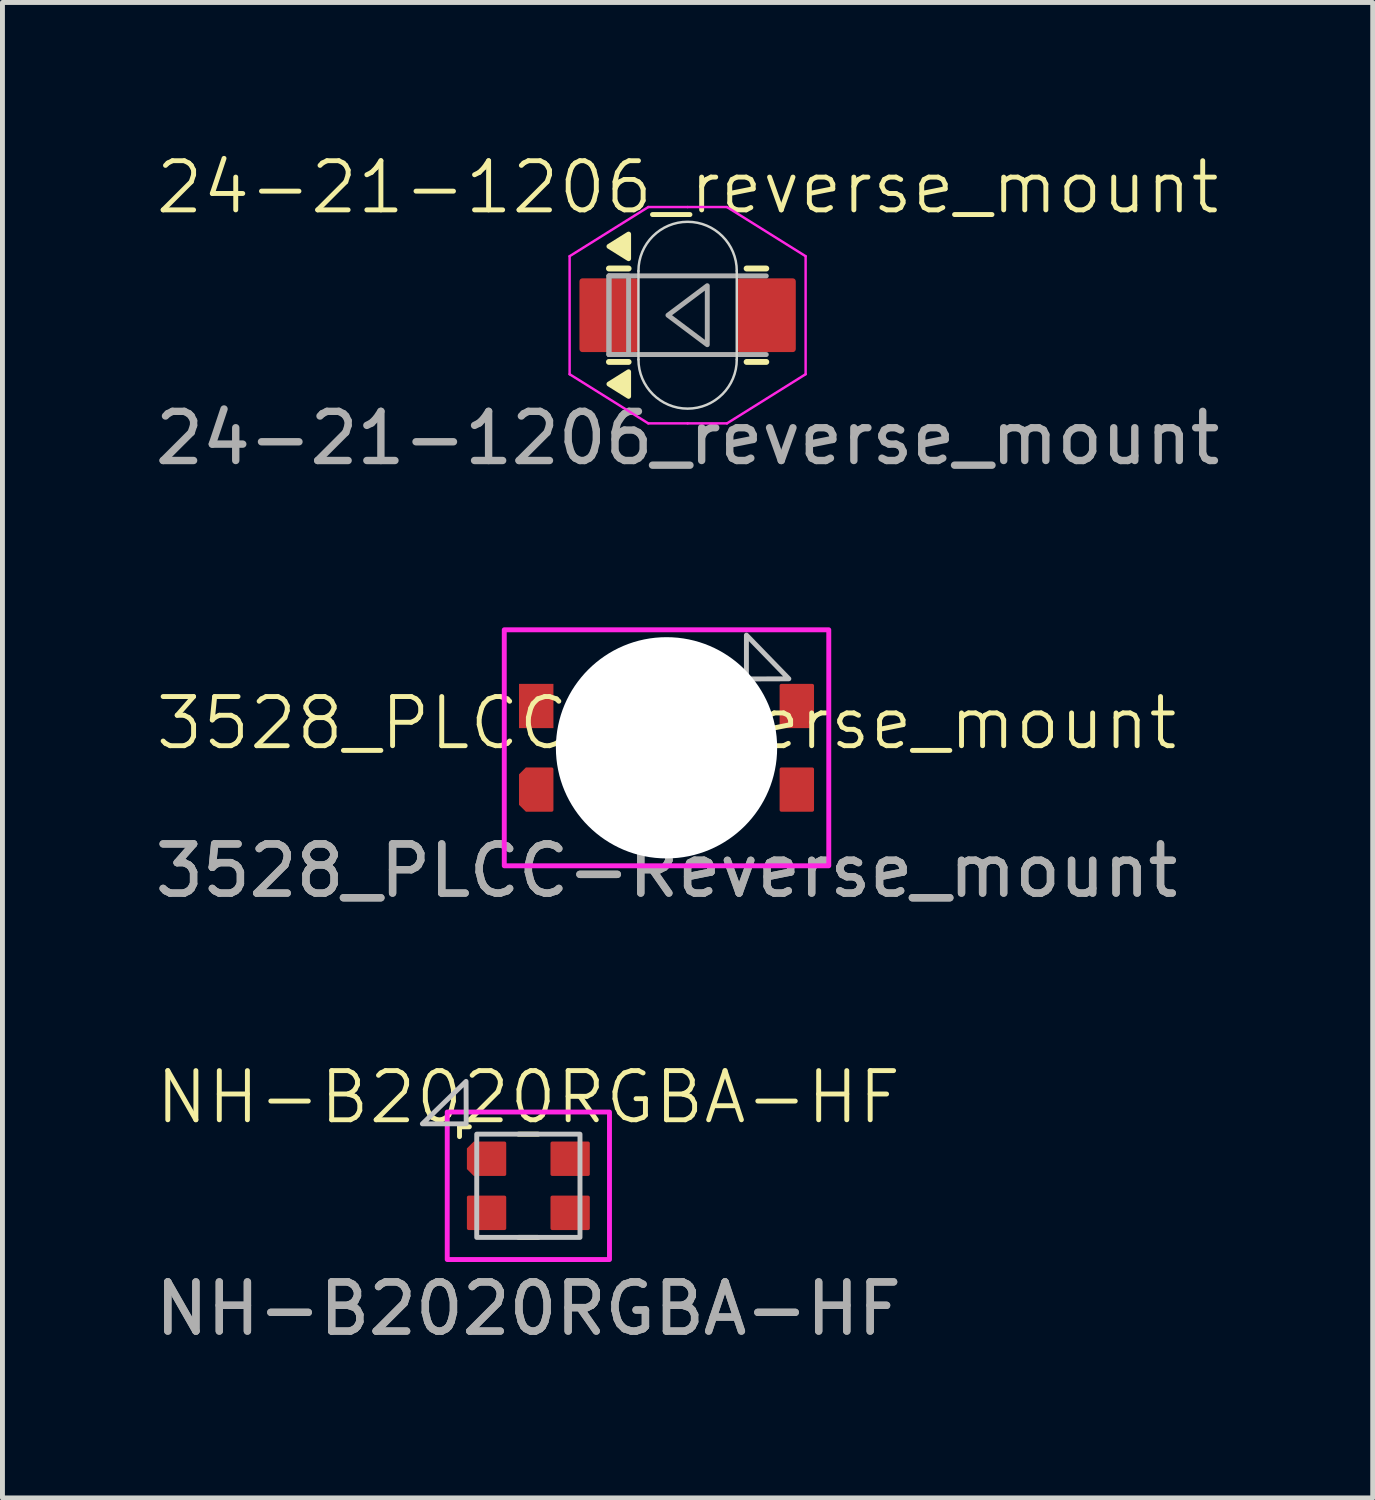
<source format=kicad_pcb>
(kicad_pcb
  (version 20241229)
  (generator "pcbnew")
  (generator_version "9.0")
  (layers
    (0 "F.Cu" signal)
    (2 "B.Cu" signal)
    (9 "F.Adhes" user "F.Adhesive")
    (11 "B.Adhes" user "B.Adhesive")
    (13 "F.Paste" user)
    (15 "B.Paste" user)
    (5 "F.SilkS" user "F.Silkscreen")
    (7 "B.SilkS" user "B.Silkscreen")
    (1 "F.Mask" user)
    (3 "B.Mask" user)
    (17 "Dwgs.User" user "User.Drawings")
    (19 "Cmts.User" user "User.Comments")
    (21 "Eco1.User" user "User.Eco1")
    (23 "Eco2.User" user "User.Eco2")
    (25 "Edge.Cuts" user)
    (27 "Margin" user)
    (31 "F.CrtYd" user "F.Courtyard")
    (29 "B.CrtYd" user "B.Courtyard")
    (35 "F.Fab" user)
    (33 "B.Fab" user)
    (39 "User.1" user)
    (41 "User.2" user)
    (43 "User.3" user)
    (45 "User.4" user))
  (footprint "3528_PLCC-Reverse_mount"
    (layer "F.Cu")
    (at 10.506 12.159)
    (property "Reference" "3528_PLCC-Reverse_mount" (at 0 -0.5 0) (unlocked yes) (layer "F.SilkS") (effects (font (size 1 1) (thickness 0.1))))
    (attr smd)
    (fp_rect (start 1.625 1.4) (end -1.625 -1.4) (stroke (width 0.1) (type default)) (fill no) (layer "Dwgs.User"))
    (fp_poly (pts (xy 1.625 -1.4) (xy 2.488 -1.403) (xy 1.625 -2.292)) (stroke (width 0.1) (type solid)) (fill no) (layer "Dwgs.User"))
    (fp_rect (start 3.3 2.4) (end -3.3 -2.4) (stroke (width 0.1) (type default)) (fill no) (layer "F.CrtYd"))
    (fp_text user "${REFERENCE}" (at 0 2.5 0) (unlocked yes) (layer "F.Fab") (effects (font (size 1 1) (thickness 0.15))))
    (fp_text user "${REFERENCE}" (at 0 2.5 0) (unlocked yes) (layer "F.Fab") (effects (font (size 1 1) (thickness 0.15))))
    (pad "" np_thru_hole circle (at 0 0 180) (size 4.5 4.5) (drill 4.5) (layers "*.Cu" "*.Mask"))
    (pad "1" smd roundrect (at -2.65 0.85 180) (size 0.7 0.9) (layers "F.Cu" "F.Mask" "F.Paste") (roundrect_rratio 0.05) (chamfer_ratio 0.2) (chamfer top_right bottom_right))
    (pad "2" smd roundrect (at 2.65 0.85 180) (size 0.7 0.9) (layers "F.Cu" "F.Mask" "F.Paste") (roundrect_rratio 0.05))
    (pad "3" smd roundrect (at 2.65 -0.85 180) (size 0.7 0.9) (layers "F.Cu" "F.Mask" "F.Paste") (roundrect_rratio 0.05))
    (pad "4" smd rect (at -2.65 -0.85) (size 0.7 0.9) (layers "F.Cu" "F.Mask" "F.Paste")))
  (footprint "24-21-1206_reverse_mount"
    (layer "F.Cu")
    (at 10.935 3.361)
    (property "Reference" "24-21-1206_reverse_mount" (at 0 -2.6 0) (unlocked yes) (layer "F.SilkS") (effects (font (size 1 1) (thickness 0.1))))
    (attr smd)
    (fp_line (start -1.6 -0.95) (end -1.2 -0.95) (stroke (width 0.12) (type solid)) (layer "F.SilkS"))
    (fp_line (start -1.6 0.95) (end -1.2 0.95) (stroke (width 0.12) (type solid)) (layer "F.SilkS"))
    (fp_line (start 1.2 -0.95) (end 1.6 -0.95) (stroke (width 0.12) (type solid)) (layer "F.SilkS"))
    (fp_line (start 1.2 0.95) (end 1.6 0.95) (stroke (width 0.12) (type solid)) (layer "F.SilkS"))
    (fp_poly (pts (xy -1.2 -1.65) (xy -1.2 -1.15) (xy -1.6 -1.4)) (stroke (width 0.1) (type solid)) (fill yes) (layer "F.SilkS"))
    (fp_poly (pts (xy -1.2 1.15) (xy -1.2 1.65) (xy -1.6 1.4)) (stroke (width 0.1) (type solid)) (fill yes) (layer "F.SilkS"))
    (fp_line (start -1 -0.9) (end -1 0.9) (stroke (width 0.05) (type default)) (layer "Edge.Cuts"))
    (fp_line (start 1 0.9) (end 1 -0.9) (stroke (width 0.05) (type default)) (layer "Edge.Cuts"))
    (fp_arc (start -1 -0.9) (mid 0 -1.9) (end 1 -0.9) (stroke (width 0.05) (type default)) (layer "Edge.Cuts"))
    (fp_arc (start 1 0.9) (mid 0 1.9) (end -1 0.9) (stroke (width 0.05) (type default)) (layer "Edge.Cuts"))
    (fp_line (start -2.4 -1.2) (end -0.8 -2.2) (stroke (width 0.05) (type default)) (layer "F.CrtYd"))
    (fp_line (start -2.4 1.2) (end -2.4 -1.2) (stroke (width 0.05) (type default)) (layer "F.CrtYd"))
    (fp_line (start -0.8 2.2) (end -2.4 1.2) (stroke (width 0.05) (type default)) (layer "F.CrtYd"))
    (fp_line (start 0 -2.2) (end -0.8 -2.2) (stroke (width 0.05) (type default)) (layer "F.CrtYd"))
    (fp_line (start 0 -2.2) (end 0.8 -2.2) (stroke (width 0.05) (type default)) (layer "F.CrtYd"))
    (fp_line (start 0 2.2) (end -0.8 2.2) (stroke (width 0.05) (type default)) (layer "F.CrtYd"))
    (fp_line (start 0 2.2) (end 0.8 2.2) (stroke (width 0.05) (type default)) (layer "F.CrtYd"))
    (fp_line (start 0.8 -2.2) (end 2.4 -1.2) (stroke (width 0.05) (type default)) (layer "F.CrtYd"))
    (fp_line (start 2.4 -1.2) (end 2.4 1.2) (stroke (width 0.05) (type default)) (layer "F.CrtYd"))
    (fp_line (start 2.4 1.2) (end 0.8 2.2) (stroke (width 0.05) (type default)) (layer "F.CrtYd"))
    (fp_line (start -1.6 0.8) (end -1.6 -0.8) (stroke (width 0.1) (type solid)) (layer "F.Fab"))
    (fp_line (start -1.6 0.8) (end 1.6 0.8) (stroke (width 0.1) (type solid)) (layer "F.Fab"))
    (fp_line (start 1.6 -0.8) (end -1.6 -0.8) (stroke (width 0.1) (type solid)) (layer "F.Fab"))
    (fp_rect (start -1.6 -0.8) (end -1.2 0.8) (stroke (width 0.1) (type default)) (fill no) (layer "F.Fab"))
    (fp_poly (pts (xy 0.4 -0.6) (xy 0.4 0.6) (xy -0.4 0)) (stroke (width 0.1) (type solid)) (fill no) (layer "F.Fab"))
    (fp_text user "${REFERENCE}" (at 0 2.5 0) (unlocked yes) (layer "F.Fab") (effects (font (size 1 1) (thickness 0.15))))
    (pad "A" smd roundrect (at 1.6 0) (size 1.2 1.5) (layers "F.Cu" "F.Mask" "F.Paste") (roundrect_rratio 0.05))
    (pad "C" smd roundrect (at -1.6 0) (size 1.2 1.5) (layers "F.Cu" "F.Mask" "F.Paste") (roundrect_rratio 0.05)))
  (footprint "NH-B2020RGBA-HF"
    (layer "F.Cu")
    (at 7.696 21.067)
    (property "Reference" "NH-B2020RGBA-HF" (at 0 -1.8 0) (unlocked yes) (layer "F.SilkS") (effects (font (size 1 1) (thickness 0.1))))
    (attr smd)
    (fp_line (start -1.4 -1.2) (end -1.2 -1.2) (stroke (width 0.1) (type default)) (layer "F.SilkS"))
    (fp_line (start -1.4 -1) (end -1.4 -1.2) (stroke (width 0.1) (type default)) (layer "F.SilkS"))
    (fp_line (start -0.2 -1.05) (end 0.2 -1.05) (stroke (width 0.1) (type default)) (layer "F.SilkS"))
    (fp_line (start -0.2 1.05) (end 0.2 1.05) (stroke (width 0.1) (type default)) (layer "F.SilkS"))
    (fp_rect (start 1.05 1.05) (end -1.05 -1.05) (stroke (width 0.1) (type default)) (fill no) (layer "Dwgs.User"))
    (fp_poly (pts (xy -1.264 -1.26) (xy -1.267 -2.123) (xy -2.156 -1.26)) (stroke (width 0.1) (type solid)) (fill no) (layer "Dwgs.User"))
    (fp_rect (start 1.65 1.5) (end -1.65 -1.5) (stroke (width 0.1) (type default)) (fill no) (layer "F.CrtYd"))
    (fp_text user "${REFERENCE}" (at 0 2.5 0) (unlocked yes) (layer "F.Fab") (effects (font (size 1 1) (thickness 0.15))))
    (fp_text user "${REFERENCE}" (at 0 2.5 0) (unlocked yes) (layer "F.Fab") (effects (font (size 1 1) (thickness 0.15))))
    (pad "1" smd roundrect (at -0.85 -0.55) (size 0.8 0.7) (layers "F.Cu" "F.Mask" "F.Paste") (roundrect_rratio 0.05) (chamfer_ratio 0.2) (chamfer top_left bottom_left))
    (pad "2" smd roundrect (at 0.85 -0.55 180) (size 0.8 0.7) (layers "F.Cu" "F.Mask" "F.Paste") (roundrect_rratio 0.05))
    (pad "3" smd roundrect (at 0.85 0.55 180) (size 0.8 0.7) (layers "F.Cu" "F.Mask" "F.Paste") (roundrect_rratio 0.05))
    (pad "4" smd roundrect (at -0.85 0.55 180) (size 0.8 0.7) (layers "F.Cu" "F.Mask" "F.Paste") (roundrect_rratio 0.05)))
  (gr_rect
    (start -3 -3)
    (end 24.869 27.416)
    (stroke (width 0.1) (type default))
    (fill no)
    (layer "Edge.Cuts")))
</source>
